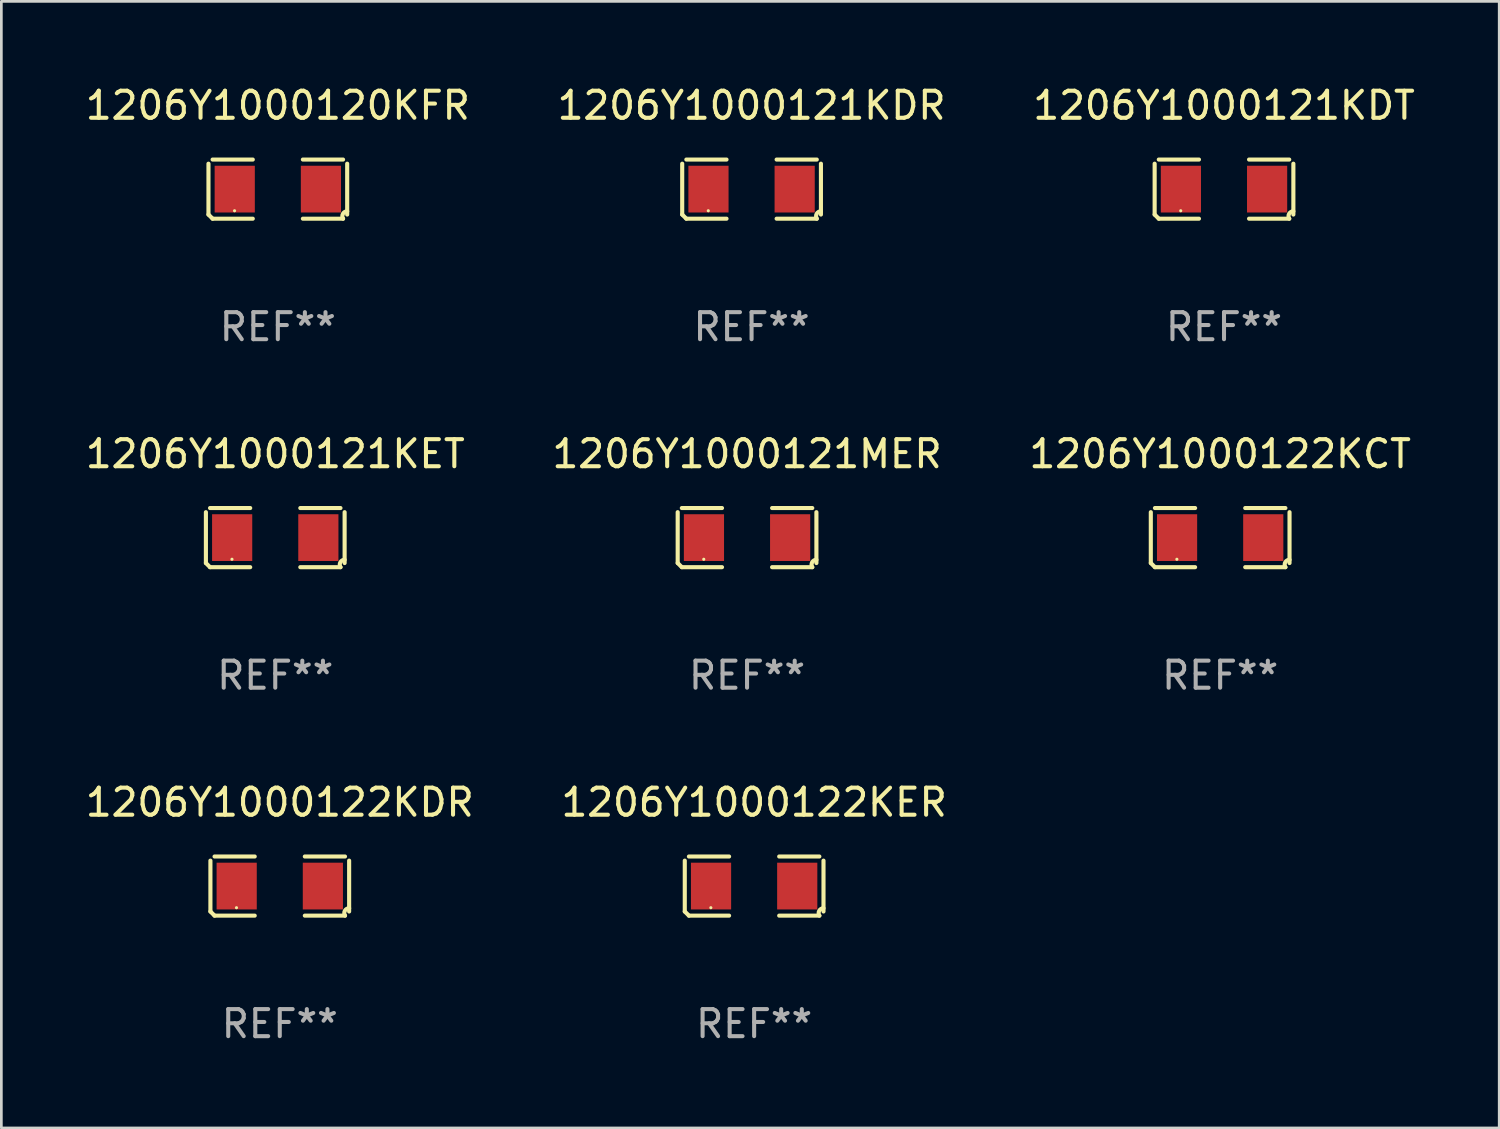
<source format=kicad_pcb>
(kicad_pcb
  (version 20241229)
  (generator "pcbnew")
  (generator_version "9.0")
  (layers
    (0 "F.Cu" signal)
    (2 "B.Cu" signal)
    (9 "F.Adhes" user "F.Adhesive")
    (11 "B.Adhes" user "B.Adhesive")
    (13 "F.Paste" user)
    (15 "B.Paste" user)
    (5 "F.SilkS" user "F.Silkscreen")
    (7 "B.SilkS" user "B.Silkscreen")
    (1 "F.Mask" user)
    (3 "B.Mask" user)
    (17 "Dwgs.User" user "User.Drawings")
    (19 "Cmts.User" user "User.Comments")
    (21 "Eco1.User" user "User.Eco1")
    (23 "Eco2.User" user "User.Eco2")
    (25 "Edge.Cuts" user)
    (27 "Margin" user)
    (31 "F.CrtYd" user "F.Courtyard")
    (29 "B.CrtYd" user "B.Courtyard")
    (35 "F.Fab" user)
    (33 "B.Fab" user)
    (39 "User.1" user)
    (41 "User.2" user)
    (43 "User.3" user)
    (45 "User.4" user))
  (footprint "1206Y1000120KFR"
    (layer "F.Cu")
    (at 7.22 3.941)
    (property "Reference" "1206Y1000120KFR" (at 0 -3.093 0) (layer "F.SilkS") (effects (font (size 1 1) (thickness 0.15))))
    (attr through_hole)
    (fp_line (start -2.564 0.94) (end -2.564 -0.94) (stroke (width 0.152) (type solid)) (layer "F.SilkS"))
    (fp_line (start -2.411 -1.093) (end -0.926 -1.093) (stroke (width 0.152) (type solid)) (layer "F.SilkS"))
    (fp_line (start -0.926 1.093) (end -2.411 1.093) (stroke (width 0.152) (type solid)) (layer "F.SilkS"))
    (fp_line (start 0.926 1.093) (end 2.411 1.093) (stroke (width 0.152) (type solid)) (layer "F.SilkS"))
    (fp_line (start 2.411 -1.093) (end 0.926 -1.093) (stroke (width 0.152) (type solid)) (layer "F.SilkS"))
    (fp_line (start 2.564 0.94) (end 2.564 -0.94) (stroke (width 0.152) (type solid)) (layer "F.SilkS"))
    (fp_arc (start -2.411201 1.092609) (mid -2.487413 1.01642) (end -2.563602 0.940208) (stroke (width 0.1524) (type solid)) (layer "F.SilkS"))
    (fp_arc (start 2.411201 1.092609) (mid 2.407159 0.911226) (end 2.563602 0.819347) (stroke (width 0.1524) (type solid)) (layer "F.SilkS"))
    (fp_circle (center -1.6 0.8) (end -1.57 0.8) (stroke (width 0.06) (type solid)) (fill no) (layer "F.SilkS"))
    (fp_text user "REF**" (at 0 5.093 0) (layer "F.Fab") (effects (font (size 1 1) (thickness 0.15))))
    (pad "1" smd rect (at -1.593 0) (size 1.485 1.728) (layers "F.Cu" "F.Mask" "F.Paste"))
    (pad "2" smd rect (at 1.593 0) (size 1.485 1.728) (layers "F.Cu" "F.Mask" "F.Paste")))
  (footprint "1206Y1000121KET"
    (layer "F.Cu")
    (at 7.125 16.823)
    (property "Reference" "1206Y1000121KET" (at 0 -3.093 0) (layer "F.SilkS") (effects (font (size 1 1) (thickness 0.15))))
    (attr through_hole)
    (fp_line (start -2.564 0.94) (end -2.564 -0.94) (stroke (width 0.152) (type solid)) (layer "F.SilkS"))
    (fp_line (start -2.411 -1.093) (end -0.926 -1.093) (stroke (width 0.152) (type solid)) (layer "F.SilkS"))
    (fp_line (start -0.926 1.093) (end -2.411 1.093) (stroke (width 0.152) (type solid)) (layer "F.SilkS"))
    (fp_line (start 0.926 1.093) (end 2.411 1.093) (stroke (width 0.152) (type solid)) (layer "F.SilkS"))
    (fp_line (start 2.411 -1.093) (end 0.926 -1.093) (stroke (width 0.152) (type solid)) (layer "F.SilkS"))
    (fp_line (start 2.564 0.94) (end 2.564 -0.94) (stroke (width 0.152) (type solid)) (layer "F.SilkS"))
    (fp_arc (start -2.411201 1.092609) (mid -2.487413 1.01642) (end -2.563602 0.940208) (stroke (width 0.1524) (type solid)) (layer "F.SilkS"))
    (fp_arc (start 2.411201 1.092609) (mid 2.407159 0.911226) (end 2.563602 0.819347) (stroke (width 0.1524) (type solid)) (layer "F.SilkS"))
    (fp_circle (center -1.6 0.8) (end -1.57 0.8) (stroke (width 0.06) (type solid)) (fill no) (layer "F.SilkS"))
    (fp_text user "REF**" (at 0 5.093 0) (layer "F.Fab") (effects (font (size 1 1) (thickness 0.15))))
    (pad "1" smd rect (at -1.593 0) (size 1.485 1.728) (layers "F.Cu" "F.Mask" "F.Paste"))
    (pad "2" smd rect (at 1.593 0) (size 1.485 1.728) (layers "F.Cu" "F.Mask" "F.Paste")))
  (footprint "1206Y1000122KDR"
    (layer "F.Cu")
    (at 7.292 29.704)
    (property "Reference" "1206Y1000122KDR" (at 0 -3.093 0) (layer "F.SilkS") (effects (font (size 1 1) (thickness 0.15))))
    (attr through_hole)
    (fp_line (start -2.564 0.94) (end -2.564 -0.94) (stroke (width 0.152) (type solid)) (layer "F.SilkS"))
    (fp_line (start -2.411 -1.093) (end -0.926 -1.093) (stroke (width 0.152) (type solid)) (layer "F.SilkS"))
    (fp_line (start -0.926 1.093) (end -2.411 1.093) (stroke (width 0.152) (type solid)) (layer "F.SilkS"))
    (fp_line (start 0.926 1.093) (end 2.411 1.093) (stroke (width 0.152) (type solid)) (layer "F.SilkS"))
    (fp_line (start 2.411 -1.093) (end 0.926 -1.093) (stroke (width 0.152) (type solid)) (layer "F.SilkS"))
    (fp_line (start 2.564 0.94) (end 2.564 -0.94) (stroke (width 0.152) (type solid)) (layer "F.SilkS"))
    (fp_arc (start -2.411201 1.092609) (mid -2.487413 1.01642) (end -2.563602 0.940208) (stroke (width 0.1524) (type solid)) (layer "F.SilkS"))
    (fp_arc (start 2.411201 1.092609) (mid 2.407159 0.911226) (end 2.563602 0.819347) (stroke (width 0.1524) (type solid)) (layer "F.SilkS"))
    (fp_circle (center -1.6 0.8) (end -1.57 0.8) (stroke (width 0.06) (type solid)) (fill no) (layer "F.SilkS"))
    (fp_text user "REF**" (at 0 5.093 0) (layer "F.Fab") (effects (font (size 1 1) (thickness 0.15))))
    (pad "1" smd rect (at -1.593 0) (size 1.485 1.728) (layers "F.Cu" "F.Mask" "F.Paste"))
    (pad "2" smd rect (at 1.593 0) (size 1.485 1.728) (layers "F.Cu" "F.Mask" "F.Paste")))
  (footprint "1206Y1000121KDR"
    (layer "F.Cu")
    (at 24.732 3.941)
    (property "Reference" "1206Y1000121KDR" (at 0 -3.093 0) (layer "F.SilkS") (effects (font (size 1 1) (thickness 0.15))))
    (attr through_hole)
    (fp_line (start -2.564 0.94) (end -2.564 -0.94) (stroke (width 0.152) (type solid)) (layer "F.SilkS"))
    (fp_line (start -2.411 -1.093) (end -0.926 -1.093) (stroke (width 0.152) (type solid)) (layer "F.SilkS"))
    (fp_line (start -0.926 1.093) (end -2.411 1.093) (stroke (width 0.152) (type solid)) (layer "F.SilkS"))
    (fp_line (start 0.926 1.093) (end 2.411 1.093) (stroke (width 0.152) (type solid)) (layer "F.SilkS"))
    (fp_line (start 2.411 -1.093) (end 0.926 -1.093) (stroke (width 0.152) (type solid)) (layer "F.SilkS"))
    (fp_line (start 2.564 0.94) (end 2.564 -0.94) (stroke (width 0.152) (type solid)) (layer "F.SilkS"))
    (fp_arc (start -2.411201 1.092609) (mid -2.487413 1.01642) (end -2.563602 0.940208) (stroke (width 0.1524) (type solid)) (layer "F.SilkS"))
    (fp_arc (start 2.411201 1.092609) (mid 2.407159 0.911226) (end 2.563602 0.819347) (stroke (width 0.1524) (type solid)) (layer "F.SilkS"))
    (fp_circle (center -1.6 0.8) (end -1.57 0.8) (stroke (width 0.06) (type solid)) (fill no) (layer "F.SilkS"))
    (fp_text user "REF**" (at 0 5.093 0) (layer "F.Fab") (effects (font (size 1 1) (thickness 0.15))))
    (pad "1" smd rect (at -1.593 0) (size 1.485 1.728) (layers "F.Cu" "F.Mask" "F.Paste"))
    (pad "2" smd rect (at 1.593 0) (size 1.485 1.728) (layers "F.Cu" "F.Mask" "F.Paste")))
  (footprint "1206Y1000121MER"
    (layer "F.Cu")
    (at 24.565 16.823)
    (property "Reference" "1206Y1000121MER" (at 0 -3.093 0) (layer "F.SilkS") (effects (font (size 1 1) (thickness 0.15))))
    (attr through_hole)
    (fp_line (start -2.564 0.94) (end -2.564 -0.94) (stroke (width 0.152) (type solid)) (layer "F.SilkS"))
    (fp_line (start -2.411 -1.093) (end -0.926 -1.093) (stroke (width 0.152) (type solid)) (layer "F.SilkS"))
    (fp_line (start -0.926 1.093) (end -2.411 1.093) (stroke (width 0.152) (type solid)) (layer "F.SilkS"))
    (fp_line (start 0.926 1.093) (end 2.411 1.093) (stroke (width 0.152) (type solid)) (layer "F.SilkS"))
    (fp_line (start 2.411 -1.093) (end 0.926 -1.093) (stroke (width 0.152) (type solid)) (layer "F.SilkS"))
    (fp_line (start 2.564 0.94) (end 2.564 -0.94) (stroke (width 0.152) (type solid)) (layer "F.SilkS"))
    (fp_arc (start -2.411201 1.092609) (mid -2.487413 1.01642) (end -2.563602 0.940208) (stroke (width 0.1524) (type solid)) (layer "F.SilkS"))
    (fp_arc (start 2.411201 1.092609) (mid 2.407159 0.911226) (end 2.563602 0.819347) (stroke (width 0.1524) (type solid)) (layer "F.SilkS"))
    (fp_circle (center -1.6 0.8) (end -1.57 0.8) (stroke (width 0.06) (type solid)) (fill no) (layer "F.SilkS"))
    (fp_text user "REF**" (at 0 5.093 0) (layer "F.Fab") (effects (font (size 1 1) (thickness 0.15))))
    (pad "1" smd rect (at -1.593 0) (size 1.485 1.728) (layers "F.Cu" "F.Mask" "F.Paste"))
    (pad "2" smd rect (at 1.593 0) (size 1.485 1.728) (layers "F.Cu" "F.Mask" "F.Paste")))
  (footprint "1206Y1000122KCT"
    (layer "F.Cu")
    (at 42.054 16.823)
    (property "Reference" "1206Y1000122KCT" (at 0 -3.093 0) (layer "F.SilkS") (effects (font (size 1 1) (thickness 0.15))))
    (attr through_hole)
    (fp_line (start -2.564 0.94) (end -2.564 -0.94) (stroke (width 0.152) (type solid)) (layer "F.SilkS"))
    (fp_line (start -2.411 -1.093) (end -0.926 -1.093) (stroke (width 0.152) (type solid)) (layer "F.SilkS"))
    (fp_line (start -0.926 1.093) (end -2.411 1.093) (stroke (width 0.152) (type solid)) (layer "F.SilkS"))
    (fp_line (start 0.926 1.093) (end 2.411 1.093) (stroke (width 0.152) (type solid)) (layer "F.SilkS"))
    (fp_line (start 2.411 -1.093) (end 0.926 -1.093) (stroke (width 0.152) (type solid)) (layer "F.SilkS"))
    (fp_line (start 2.564 0.94) (end 2.564 -0.94) (stroke (width 0.152) (type solid)) (layer "F.SilkS"))
    (fp_arc (start -2.411201 1.092609) (mid -2.487413 1.01642) (end -2.563602 0.940208) (stroke (width 0.1524) (type solid)) (layer "F.SilkS"))
    (fp_arc (start 2.411201 1.092609) (mid 2.407159 0.911226) (end 2.563602 0.819347) (stroke (width 0.1524) (type solid)) (layer "F.SilkS"))
    (fp_circle (center -1.6 0.8) (end -1.57 0.8) (stroke (width 0.06) (type solid)) (fill no) (layer "F.SilkS"))
    (fp_text user "REF**" (at 0 5.093 0) (layer "F.Fab") (effects (font (size 1 1) (thickness 0.15))))
    (pad "1" smd rect (at -1.593 0) (size 1.485 1.728) (layers "F.Cu" "F.Mask" "F.Paste"))
    (pad "2" smd rect (at 1.593 0) (size 1.485 1.728) (layers "F.Cu" "F.Mask" "F.Paste")))
  (footprint "1206Y1000122KER"
    (layer "F.Cu")
    (at 24.827 29.704)
    (property "Reference" "1206Y1000122KER" (at 0 -3.093 0) (layer "F.SilkS") (effects (font (size 1 1) (thickness 0.15))))
    (attr through_hole)
    (fp_line (start -2.564 0.94) (end -2.564 -0.94) (stroke (width 0.152) (type solid)) (layer "F.SilkS"))
    (fp_line (start -2.411 -1.093) (end -0.926 -1.093) (stroke (width 0.152) (type solid)) (layer "F.SilkS"))
    (fp_line (start -0.926 1.093) (end -2.411 1.093) (stroke (width 0.152) (type solid)) (layer "F.SilkS"))
    (fp_line (start 0.926 1.093) (end 2.411 1.093) (stroke (width 0.152) (type solid)) (layer "F.SilkS"))
    (fp_line (start 2.411 -1.093) (end 0.926 -1.093) (stroke (width 0.152) (type solid)) (layer "F.SilkS"))
    (fp_line (start 2.564 0.94) (end 2.564 -0.94) (stroke (width 0.152) (type solid)) (layer "F.SilkS"))
    (fp_arc (start -2.411201 1.092609) (mid -2.487413 1.01642) (end -2.563602 0.940208) (stroke (width 0.1524) (type solid)) (layer "F.SilkS"))
    (fp_arc (start 2.411201 1.092609) (mid 2.407159 0.911226) (end 2.563602 0.819347) (stroke (width 0.1524) (type solid)) (layer "F.SilkS"))
    (fp_circle (center -1.6 0.8) (end -1.57 0.8) (stroke (width 0.06) (type solid)) (fill no) (layer "F.SilkS"))
    (fp_text user "REF**" (at 0 5.093 0) (layer "F.Fab") (effects (font (size 1 1) (thickness 0.15))))
    (pad "1" smd rect (at -1.593 0) (size 1.485 1.728) (layers "F.Cu" "F.Mask" "F.Paste"))
    (pad "2" smd rect (at 1.593 0) (size 1.485 1.728) (layers "F.Cu" "F.Mask" "F.Paste")))
  (footprint "1206Y1000121KDT"
    (layer "F.Cu")
    (at 42.196 3.941)
    (property "Reference" "1206Y1000121KDT" (at 0 -3.093 0) (layer "F.SilkS") (effects (font (size 1 1) (thickness 0.15))))
    (attr through_hole)
    (fp_line (start -2.564 0.94) (end -2.564 -0.94) (stroke (width 0.152) (type solid)) (layer "F.SilkS"))
    (fp_line (start -2.411 -1.093) (end -0.926 -1.093) (stroke (width 0.152) (type solid)) (layer "F.SilkS"))
    (fp_line (start -0.926 1.093) (end -2.411 1.093) (stroke (width 0.152) (type solid)) (layer "F.SilkS"))
    (fp_line (start 0.926 1.093) (end 2.411 1.093) (stroke (width 0.152) (type solid)) (layer "F.SilkS"))
    (fp_line (start 2.411 -1.093) (end 0.926 -1.093) (stroke (width 0.152) (type solid)) (layer "F.SilkS"))
    (fp_line (start 2.564 0.94) (end 2.564 -0.94) (stroke (width 0.152) (type solid)) (layer "F.SilkS"))
    (fp_arc (start -2.411201 1.092609) (mid -2.487413 1.01642) (end -2.563602 0.940208) (stroke (width 0.1524) (type solid)) (layer "F.SilkS"))
    (fp_arc (start 2.411201 1.092609) (mid 2.407159 0.911226) (end 2.563602 0.819347) (stroke (width 0.1524) (type solid)) (layer "F.SilkS"))
    (fp_circle (center -1.6 0.8) (end -1.57 0.8) (stroke (width 0.06) (type solid)) (fill no) (layer "F.SilkS"))
    (fp_text user "REF**" (at 0 5.093 0) (layer "F.Fab") (effects (font (size 1 1) (thickness 0.15))))
    (pad "1" smd rect (at -1.593 0) (size 1.485 1.728) (layers "F.Cu" "F.Mask" "F.Paste"))
    (pad "2" smd rect (at 1.593 0) (size 1.485 1.728) (layers "F.Cu" "F.Mask" "F.Paste")))
  (gr_rect
    (start -3 -3)
    (end 52.369 38.645)
    (stroke (width 0.1) (type default))
    (fill no)
    (layer "Edge.Cuts")))
</source>
